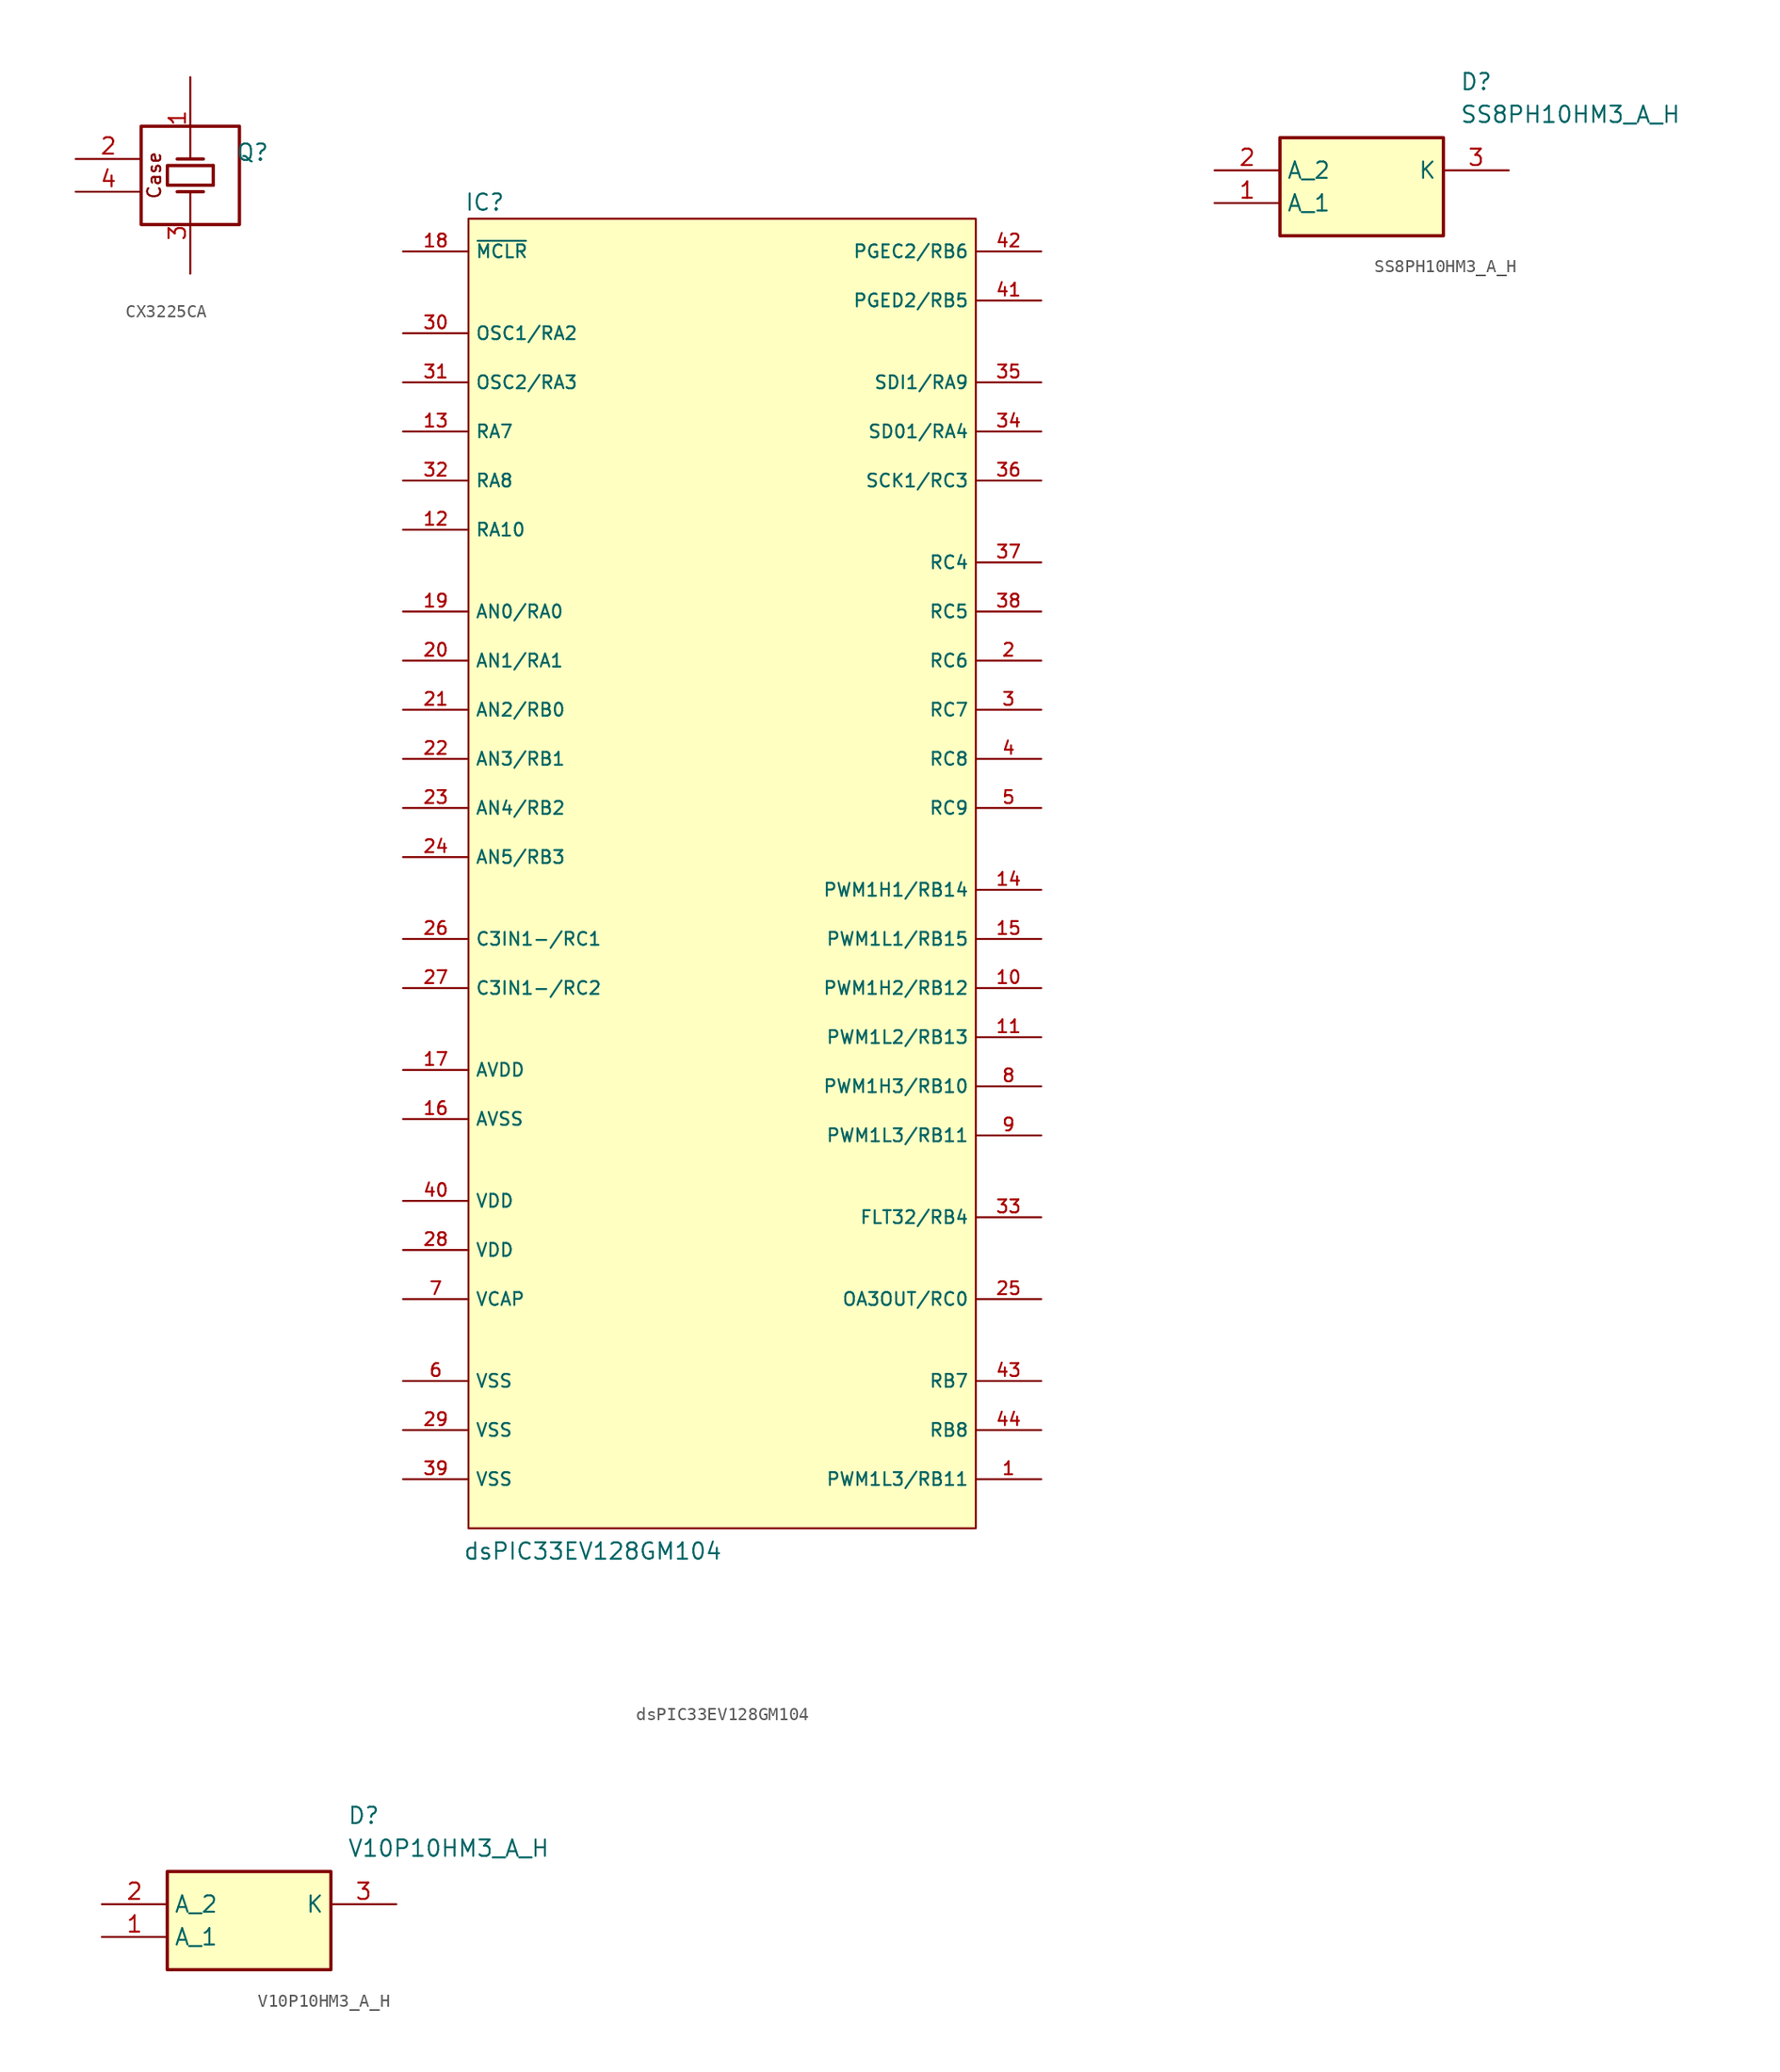
<source format=kicad_sym>
(kicad_symbol_lib
  (version 20231120)
  (generator "kicad_symbol_editor")
  (generator_version "8.0")
  (symbol "CX3225CA"
    (property "Reference" "Q"
      (at 4.826 1.778 0)
      (effects (font (size 1.27 1.27))))
    (property "Value" ""
      (at 0 0 0)
      (effects (font (size 1.27 1.27))))
    (symbol "CX3225CA_1_0"
      (polyline (pts (xy 1.016 -1.27) (xy -1.016 -1.27)) (stroke (width 0.254) (type solid)) (fill (type none)))
      (polyline (pts (xy 1.016 1.27) (xy -1.016 1.27)) (stroke (width 0.254) (type solid)) (fill (type none)))
      (polyline (pts (xy 1.778 0.762) (xy 1.778 -0.762)) (stroke (width 0.254) (type solid)) (fill (type none)))
      (polyline (pts (xy 1.778 -0.762) (xy -1.778 -0.762) (xy -1.778 0.762) (xy 1.778 0.762)) (stroke (width 0.254) (type solid)) (fill (type none)))
      (polyline (pts (xy 3.81 3.81) (xy -3.81 3.81) (xy -3.81 -3.81) (xy 3.81 -3.81) (xy 3.81 3.81)) (stroke (width 0.254) (type solid)) (fill (type none)))
      (text "Case" (at -2.794 0 900) (effects (font (size 1.016 1.016))))
      (pin passive line (at 0 7.62 270) (length 6.35) (name "OSC1" (effects (font (size 0 0)))) (number "1" (effects (font (size 1.27 1.27)))))
      (pin passive line (at -8.89 1.27 0) (length 5.08) (name "GND" (effects (font (size 0 0)))) (number "2" (effects (font (size 1.27 1.27)))))
      (pin passive line (at 0 -7.62 90) (length 6.35) (name "OSC2" (effects (font (size 0 0)))) (number "3" (effects (font (size 1.27 1.27)))))
      (pin passive line (at -8.89 -1.27 0) (length 5.08) (name "GND" (effects (font (size 0 0)))) (number "4" (effects (font (size 1.27 1.27)))))))
  (symbol "dsPIC33EV128GM104"
    (property "Reference" "IC"
      (at -19.05 53.34 0)
      (effects (font (size 1.27 1.27))))
    (property "Value" "dsPIC33EV128GM104"
      (at -10.668 -51.308 0)
      (effects (font (size 1.27 1.27))))
    (symbol "dsPIC33EV128GM104_1_1"
      (rectangle (start -20.32 52.07) (end 19.05 -49.53) (stroke (width 0) (type default)) (fill (type background)))
      (pin passive line (at 24.13 -45.72 180) (length 5.08) (name "PWM1L3/RB11" (effects (font (size 1 1)))) (number "1" (effects (font (size 1 1)))))
      (pin passive line (at 24.13 -7.62 180) (length 5.08) (name "PWM1H2/RB12" (effects (font (size 1 1)))) (number "10" (effects (font (size 1 1)))))
      (pin passive line (at 24.13 -11.43 180) (length 5.08) (name "PWM1L2/RB13" (effects (font (size 1 1)))) (number "11" (effects (font (size 1 1)))))
      (pin passive line (at -25.4 27.94 0) (length 5.08) (name "RA10" (effects (font (size 1 1)))) (number "12" (effects (font (size 1 1)))))
      (pin passive line (at -25.4 35.56 0) (length 5.08) (name "RA7" (effects (font (size 1 1)))) (number "13" (effects (font (size 1 1)))))
      (pin passive line (at 24.13 0 180) (length 5.08) (name "PWM1H1/RB14" (effects (font (size 1 1)))) (number "14" (effects (font (size 1 1)))))
      (pin passive line (at 24.13 -3.81 180) (length 5.08) (name "PWM1L1/RB15" (effects (font (size 1 1)))) (number "15" (effects (font (size 1 1)))))
      (pin passive line (at -25.4 -17.78 0) (length 5.08) (name "AVSS" (effects (font (size 1 1)))) (number "16" (effects (font (size 1 1)))))
      (pin passive line (at -25.4 -13.97 0) (length 5.08) (name "AVDD" (effects (font (size 1 1)))) (number "17" (effects (font (size 1 1)))))
      (pin passive line (at -25.4 49.53 0) (length 5.08) (name "~{MCLR}" (effects (font (size 1 1)))) (number "18" (effects (font (size 1 1)))))
      (pin passive line (at -25.4 21.59 0) (length 5.08) (name "AN0/RA0" (effects (font (size 1 1)))) (number "19" (effects (font (size 1 1)))))
      (pin passive line (at 24.13 17.78 180) (length 5.08) (name "RC6" (effects (font (size 1 1)))) (number "2" (effects (font (size 1 1)))))
      (pin passive line (at -25.4 17.78 0) (length 5.08) (name "AN1/RA1" (effects (font (size 1 1)))) (number "20" (effects (font (size 1 1)))))
      (pin passive line (at -25.4 13.97 0) (length 5.08) (name "AN2/RB0" (effects (font (size 1 1)))) (number "21" (effects (font (size 1 1)))))
      (pin passive line (at -25.4 10.16 0) (length 5.08) (name "AN3/RB1" (effects (font (size 1 1)))) (number "22" (effects (font (size 1 1)))))
      (pin passive line (at -25.4 6.35 0) (length 5.08) (name "AN4/RB2" (effects (font (size 1 1)))) (number "23" (effects (font (size 1 1)))))
      (pin passive line (at -25.4 2.54 0) (length 5.08) (name "AN5/RB3" (effects (font (size 1 1)))) (number "24" (effects (font (size 1 1)))))
      (pin passive line (at 24.13 -31.75 180) (length 5.08) (name "OA3OUT/RC0" (effects (font (size 1 1)))) (number "25" (effects (font (size 1 1)))))
      (pin passive line (at -25.4 -3.81 0) (length 5.08) (name "C3IN1-/RC1" (effects (font (size 1 1)))) (number "26" (effects (font (size 1 1)))))
      (pin passive line (at -25.4 -7.62 0) (length 5.08) (name "C3IN1-/RC2" (effects (font (size 1 1)))) (number "27" (effects (font (size 1 1)))))
      (pin passive line (at -25.4 -27.94 0) (length 5.08) (name "VDD" (effects (font (size 1 1)))) (number "28" (effects (font (size 1 1)))))
      (pin passive line (at -25.4 -41.91 0) (length 5.08) (name "VSS" (effects (font (size 1 1)))) (number "29" (effects (font (size 1 1)))))
      (pin passive line (at 24.13 13.97 180) (length 5.08) (name "RC7" (effects (font (size 1 1)))) (number "3" (effects (font (size 1 1)))))
      (pin passive line (at -25.4 43.18 0) (length 5.08) (name "OSC1/RA2" (effects (font (size 1 1)))) (number "30" (effects (font (size 1 1)))))
      (pin passive line (at -25.4 39.37 0) (length 5.08) (name "OSC2/RA3" (effects (font (size 1 1)))) (number "31" (effects (font (size 1 1)))))
      (pin passive line (at -25.4 31.75 0) (length 5.08) (name "RA8" (effects (font (size 1 1)))) (number "32" (effects (font (size 1 1)))))
      (pin passive line (at 24.13 -25.4 180) (length 5.08) (name "FLT32/RB4" (effects (font (size 1 1)))) (number "33" (effects (font (size 1 1)))))
      (pin passive line (at 24.13 35.56 180) (length 5.08) (name "SD01/RA4" (effects (font (size 1 1)))) (number "34" (effects (font (size 1 1)))))
      (pin passive line (at 24.13 39.37 180) (length 5.08) (name "SDI1/RA9" (effects (font (size 1 1)))) (number "35" (effects (font (size 1 1)))))
      (pin passive line (at 24.13 31.75 180) (length 5.08) (name "SCK1/RC3" (effects (font (size 1 1)))) (number "36" (effects (font (size 1 1)))))
      (pin passive line (at 24.13 25.4 180) (length 5.08) (name "RC4" (effects (font (size 1 1)))) (number "37" (effects (font (size 1 1)))))
      (pin passive line (at 24.13 21.59 180) (length 5.08) (name "RC5" (effects (font (size 1 1)))) (number "38" (effects (font (size 1 1)))))
      (pin passive line (at -25.4 -45.72 0) (length 5.08) (name "VSS" (effects (font (size 1 1)))) (number "39" (effects (font (size 1 1)))))
      (pin passive line (at 24.13 10.16 180) (length 5.08) (name "RC8" (effects (font (size 1 1)))) (number "4" (effects (font (size 1 1)))))
      (pin passive line (at -25.4 -24.13 0) (length 5.08) (name "VDD" (effects (font (size 1 1)))) (number "40" (effects (font (size 1 1)))))
      (pin passive line (at 24.13 45.72 180) (length 5.08) (name "PGED2/RB5" (effects (font (size 1 1)))) (number "41" (effects (font (size 1 1)))))
      (pin passive line (at 24.13 49.53 180) (length 5.08) (name "PGEC2/RB6" (effects (font (size 1 1)))) (number "42" (effects (font (size 1 1)))))
      (pin passive line (at 24.13 -38.1 180) (length 5.08) (name "RB7" (effects (font (size 1 1)))) (number "43" (effects (font (size 1 1)))))
      (pin passive line (at 24.13 -41.91 180) (length 5.08) (name "RB8" (effects (font (size 1 1)))) (number "44" (effects (font (size 1 1)))))
      (pin passive line (at 24.13 6.35 180) (length 5.08) (name "RC9" (effects (font (size 1 1)))) (number "5" (effects (font (size 1 1)))))
      (pin passive line (at -25.4 -38.1 0) (length 5.08) (name "VSS" (effects (font (size 1 1)))) (number "6" (effects (font (size 1 1)))))
      (pin passive line (at -25.4 -31.75 0) (length 5.08) (name "VCAP" (effects (font (size 1 1)))) (number "7" (effects (font (size 1 1)))))
      (pin passive line (at 24.13 -15.24 180) (length 5.08) (name "PWM1H3/RB10" (effects (font (size 1 1)))) (number "8" (effects (font (size 1 1)))))
      (pin passive line (at 24.13 -19.05 180) (length 5.08) (name "PWM1L3/RB11" (effects (font (size 1 1)))) (number "9" (effects (font (size 1 1)))))))
  (symbol "SS8PH10HM3_A_H"
    (property "Reference" "D"
      (at 19.05 7.62 0)
      (effects (font (size 1.27 1.27)) (justify left top)))
    (property "Value" "SS8PH10HM3_A_H"
      (at 19.05 5.08 0)
      (effects (font (size 1.27 1.27)) (justify left top)))
    (symbol "SS8PH10HM3_A_H_1_1"
      (rectangle (start 5.08 2.54) (end 17.78 -5.08) (stroke (width 0.254) (type default)) (fill (type background)))
      (pin passive line (at 0 -2.54 0) (length 5.08) (name "A_1" (effects (font (size 1.27 1.27)))) (number "1" (effects (font (size 1.27 1.27)))))
      (pin passive line (at 0 0 0) (length 5.08) (name "A_2" (effects (font (size 1.27 1.27)))) (number "2" (effects (font (size 1.27 1.27)))))
      (pin passive line (at 22.86 0 180) (length 5.08) (name "K" (effects (font (size 1.27 1.27)))) (number "3" (effects (font (size 1.27 1.27)))))))
  (symbol "V10P10HM3_A_H"
    (property "Reference" "D"
      (at 19.05 7.62 0)
      (effects (font (size 1.27 1.27)) (justify left top)))
    (property "Value" "V10P10HM3_A_H"
      (at 19.05 5.08 0)
      (effects (font (size 1.27 1.27)) (justify left top)))
    (symbol "V10P10HM3_A_H_1_1"
      (rectangle (start 5.08 2.54) (end 17.78 -5.08) (stroke (width 0.254) (type default)) (fill (type background)))
      (pin passive line (at 0 -2.54 0) (length 5.08) (name "A_1" (effects (font (size 1.27 1.27)))) (number "1" (effects (font (size 1.27 1.27)))))
      (pin passive line (at 0 0 0) (length 5.08) (name "A_2" (effects (font (size 1.27 1.27)))) (number "2" (effects (font (size 1.27 1.27)))))
      (pin passive line (at 22.86 0 180) (length 5.08) (name "K" (effects (font (size 1.27 1.27)))) (number "3" (effects (font (size 1.27 1.27))))))))
</source>
